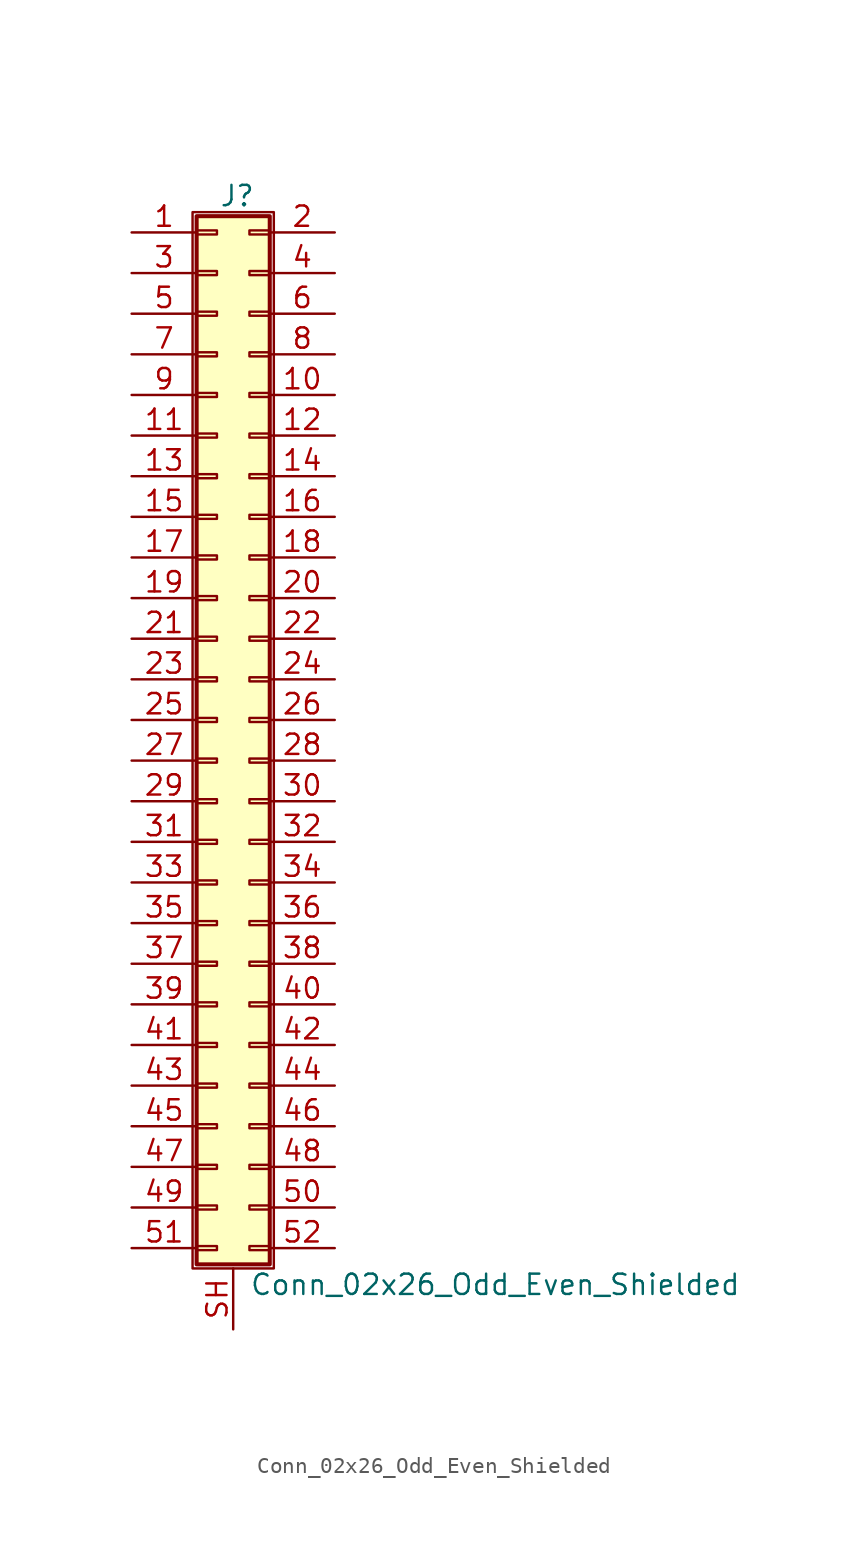
<source format=kicad_sym>
(kicad_symbol_lib
  (version 20211014)
  (generator kicad_symbol_editor)
  (symbol "Conn_02x26_Odd_Even_Shielded"
    (pin_names
      (offset 1.016) hide)
    (property "Reference" "J"
      (at 1.524 32.766 0)
      (effects (font (size 1.27 1.27))))
    (property "Value" "Conn_02x26_Odd_Even_Shielded"
      (at 2.286 -35.306 0)
      (effects (font (size 1.27 1.27)) (justify left)))
    (symbol "Conn_02x26_Odd_Even_Shielded_1_1"
      (rectangle (start -1.27 31.75) (end 3.81 -34.29) (stroke (width 0.152) (type default) (color 0 0 0 0)) (fill (type none)))
      (rectangle (start -1.016 -32.893) (end 0.254 -33.147) (stroke (width 0.152) (type default) (color 0 0 0 0)) (fill (type none)))
      (rectangle (start -1.016 -30.353) (end 0.254 -30.607) (stroke (width 0.152) (type default) (color 0 0 0 0)) (fill (type none)))
      (rectangle (start -1.016 -27.813) (end 0.254 -28.067) (stroke (width 0.152) (type default) (color 0 0 0 0)) (fill (type none)))
      (rectangle (start -1.016 -25.273) (end 0.254 -25.527) (stroke (width 0.152) (type default) (color 0 0 0 0)) (fill (type none)))
      (rectangle (start -1.016 -22.733) (end 0.254 -22.987) (stroke (width 0.152) (type default) (color 0 0 0 0)) (fill (type none)))
      (rectangle (start -1.016 -20.193) (end 0.254 -20.447) (stroke (width 0.152) (type default) (color 0 0 0 0)) (fill (type none)))
      (rectangle (start -1.016 -17.653) (end 0.254 -17.907) (stroke (width 0.152) (type default) (color 0 0 0 0)) (fill (type none)))
      (rectangle (start -1.016 -15.113) (end 0.254 -15.367) (stroke (width 0.152) (type default) (color 0 0 0 0)) (fill (type none)))
      (rectangle (start -1.016 -12.573) (end 0.254 -12.827) (stroke (width 0.152) (type default) (color 0 0 0 0)) (fill (type none)))
      (rectangle (start -1.016 -10.033) (end 0.254 -10.287) (stroke (width 0.152) (type default) (color 0 0 0 0)) (fill (type none)))
      (rectangle (start -1.016 -7.493) (end 0.254 -7.747) (stroke (width 0.152) (type default) (color 0 0 0 0)) (fill (type none)))
      (rectangle (start -1.016 -4.953) (end 0.254 -5.207) (stroke (width 0.152) (type default) (color 0 0 0 0)) (fill (type none)))
      (rectangle (start -1.016 -2.413) (end 0.254 -2.667) (stroke (width 0.152) (type default) (color 0 0 0 0)) (fill (type none)))
      (rectangle (start -1.016 0.127) (end 0.254 -0.127) (stroke (width 0.152) (type default) (color 0 0 0 0)) (fill (type none)))
      (rectangle (start -1.016 2.667) (end 0.254 2.413) (stroke (width 0.152) (type default) (color 0 0 0 0)) (fill (type none)))
      (rectangle (start -1.016 5.207) (end 0.254 4.953) (stroke (width 0.152) (type default) (color 0 0 0 0)) (fill (type none)))
      (rectangle (start -1.016 7.747) (end 0.254 7.493) (stroke (width 0.152) (type default) (color 0 0 0 0)) (fill (type none)))
      (rectangle (start -1.016 10.287) (end 0.254 10.033) (stroke (width 0.152) (type default) (color 0 0 0 0)) (fill (type none)))
      (rectangle (start -1.016 12.827) (end 0.254 12.573) (stroke (width 0.152) (type default) (color 0 0 0 0)) (fill (type none)))
      (rectangle (start -1.016 15.367) (end 0.254 15.113) (stroke (width 0.152) (type default) (color 0 0 0 0)) (fill (type none)))
      (rectangle (start -1.016 17.907) (end 0.254 17.653) (stroke (width 0.152) (type default) (color 0 0 0 0)) (fill (type none)))
      (rectangle (start -1.016 20.447) (end 0.254 20.193) (stroke (width 0.152) (type default) (color 0 0 0 0)) (fill (type none)))
      (rectangle (start -1.016 22.987) (end 0.254 22.733) (stroke (width 0.152) (type default) (color 0 0 0 0)) (fill (type none)))
      (rectangle (start -1.016 25.527) (end 0.254 25.273) (stroke (width 0.152) (type default) (color 0 0 0 0)) (fill (type none)))
      (rectangle (start -1.016 28.067) (end 0.254 27.813) (stroke (width 0.152) (type default) (color 0 0 0 0)) (fill (type none)))
      (rectangle (start -1.016 30.607) (end 0.254 30.353) (stroke (width 0.152) (type default) (color 0 0 0 0)) (fill (type none)))
      (rectangle (start -1.016 31.496) (end 3.556 -34.036) (stroke (width 0.254) (type default) (color 0 0 0 0)) (fill (type background)))
      (rectangle (start 3.556 -32.893) (end 2.286 -33.147) (stroke (width 0.152) (type default) (color 0 0 0 0)) (fill (type none)))
      (rectangle (start 3.556 -30.353) (end 2.286 -30.607) (stroke (width 0.152) (type default) (color 0 0 0 0)) (fill (type none)))
      (rectangle (start 3.556 -27.813) (end 2.286 -28.067) (stroke (width 0.152) (type default) (color 0 0 0 0)) (fill (type none)))
      (rectangle (start 3.556 -25.273) (end 2.286 -25.527) (stroke (width 0.152) (type default) (color 0 0 0 0)) (fill (type none)))
      (rectangle (start 3.556 -22.733) (end 2.286 -22.987) (stroke (width 0.152) (type default) (color 0 0 0 0)) (fill (type none)))
      (rectangle (start 3.556 -20.193) (end 2.286 -20.447) (stroke (width 0.152) (type default) (color 0 0 0 0)) (fill (type none)))
      (rectangle (start 3.556 -17.653) (end 2.286 -17.907) (stroke (width 0.152) (type default) (color 0 0 0 0)) (fill (type none)))
      (rectangle (start 3.556 -15.113) (end 2.286 -15.367) (stroke (width 0.152) (type default) (color 0 0 0 0)) (fill (type none)))
      (rectangle (start 3.556 -12.573) (end 2.286 -12.827) (stroke (width 0.152) (type default) (color 0 0 0 0)) (fill (type none)))
      (rectangle (start 3.556 -10.033) (end 2.286 -10.287) (stroke (width 0.152) (type default) (color 0 0 0 0)) (fill (type none)))
      (rectangle (start 3.556 -7.493) (end 2.286 -7.747) (stroke (width 0.152) (type default) (color 0 0 0 0)) (fill (type none)))
      (rectangle (start 3.556 -4.953) (end 2.286 -5.207) (stroke (width 0.152) (type default) (color 0 0 0 0)) (fill (type none)))
      (rectangle (start 3.556 -2.413) (end 2.286 -2.667) (stroke (width 0.152) (type default) (color 0 0 0 0)) (fill (type none)))
      (rectangle (start 3.556 0.127) (end 2.286 -0.127) (stroke (width 0.152) (type default) (color 0 0 0 0)) (fill (type none)))
      (rectangle (start 3.556 2.667) (end 2.286 2.413) (stroke (width 0.152) (type default) (color 0 0 0 0)) (fill (type none)))
      (rectangle (start 3.556 5.207) (end 2.286 4.953) (stroke (width 0.152) (type default) (color 0 0 0 0)) (fill (type none)))
      (rectangle (start 3.556 7.747) (end 2.286 7.493) (stroke (width 0.152) (type default) (color 0 0 0 0)) (fill (type none)))
      (rectangle (start 3.556 10.287) (end 2.286 10.033) (stroke (width 0.152) (type default) (color 0 0 0 0)) (fill (type none)))
      (rectangle (start 3.556 12.827) (end 2.286 12.573) (stroke (width 0.152) (type default) (color 0 0 0 0)) (fill (type none)))
      (rectangle (start 3.556 15.367) (end 2.286 15.113) (stroke (width 0.152) (type default) (color 0 0 0 0)) (fill (type none)))
      (rectangle (start 3.556 17.907) (end 2.286 17.653) (stroke (width 0.152) (type default) (color 0 0 0 0)) (fill (type none)))
      (rectangle (start 3.556 20.447) (end 2.286 20.193) (stroke (width 0.152) (type default) (color 0 0 0 0)) (fill (type none)))
      (rectangle (start 3.556 22.987) (end 2.286 22.733) (stroke (width 0.152) (type default) (color 0 0 0 0)) (fill (type none)))
      (rectangle (start 3.556 25.527) (end 2.286 25.273) (stroke (width 0.152) (type default) (color 0 0 0 0)) (fill (type none)))
      (rectangle (start 3.556 28.067) (end 2.286 27.813) (stroke (width 0.152) (type default) (color 0 0 0 0)) (fill (type none)))
      (rectangle (start 3.556 30.607) (end 2.286 30.353) (stroke (width 0.152) (type default) (color 0 0 0 0)) (fill (type none)))
      (pin passive line (at -5.08 30.48 0) (length 4.064) (name "Pin_1" (effects (font (size 1.27 1.27)))) (number "1" (effects (font (size 1.27 1.27)))))
      (pin passive line (at 7.62 20.32 180) (length 4.064) (name "Pin_10" (effects (font (size 1.27 1.27)))) (number "10" (effects (font (size 1.27 1.27)))))
      (pin passive line (at -5.08 17.78 0) (length 4.064) (name "Pin_11" (effects (font (size 1.27 1.27)))) (number "11" (effects (font (size 1.27 1.27)))))
      (pin passive line (at 7.62 17.78 180) (length 4.064) (name "Pin_12" (effects (font (size 1.27 1.27)))) (number "12" (effects (font (size 1.27 1.27)))))
      (pin passive line (at -5.08 15.24 0) (length 4.064) (name "Pin_13" (effects (font (size 1.27 1.27)))) (number "13" (effects (font (size 1.27 1.27)))))
      (pin passive line (at 7.62 15.24 180) (length 4.064) (name "Pin_14" (effects (font (size 1.27 1.27)))) (number "14" (effects (font (size 1.27 1.27)))))
      (pin passive line (at -5.08 12.7 0) (length 4.064) (name "Pin_15" (effects (font (size 1.27 1.27)))) (number "15" (effects (font (size 1.27 1.27)))))
      (pin passive line (at 7.62 12.7 180) (length 4.064) (name "Pin_16" (effects (font (size 1.27 1.27)))) (number "16" (effects (font (size 1.27 1.27)))))
      (pin passive line (at -5.08 10.16 0) (length 4.064) (name "Pin_17" (effects (font (size 1.27 1.27)))) (number "17" (effects (font (size 1.27 1.27)))))
      (pin passive line (at 7.62 10.16 180) (length 4.064) (name "Pin_18" (effects (font (size 1.27 1.27)))) (number "18" (effects (font (size 1.27 1.27)))))
      (pin passive line (at -5.08 7.62 0) (length 4.064) (name "Pin_19" (effects (font (size 1.27 1.27)))) (number "19" (effects (font (size 1.27 1.27)))))
      (pin passive line (at 7.62 30.48 180) (length 4.064) (name "Pin_2" (effects (font (size 1.27 1.27)))) (number "2" (effects (font (size 1.27 1.27)))))
      (pin passive line (at 7.62 7.62 180) (length 4.064) (name "Pin_20" (effects (font (size 1.27 1.27)))) (number "20" (effects (font (size 1.27 1.27)))))
      (pin passive line (at -5.08 5.08 0) (length 4.064) (name "Pin_21" (effects (font (size 1.27 1.27)))) (number "21" (effects (font (size 1.27 1.27)))))
      (pin passive line (at 7.62 5.08 180) (length 4.064) (name "Pin_22" (effects (font (size 1.27 1.27)))) (number "22" (effects (font (size 1.27 1.27)))))
      (pin passive line (at -5.08 2.54 0) (length 4.064) (name "Pin_23" (effects (font (size 1.27 1.27)))) (number "23" (effects (font (size 1.27 1.27)))))
      (pin passive line (at 7.62 2.54 180) (length 4.064) (name "Pin_24" (effects (font (size 1.27 1.27)))) (number "24" (effects (font (size 1.27 1.27)))))
      (pin passive line (at -5.08 0 0) (length 4.064) (name "Pin_25" (effects (font (size 1.27 1.27)))) (number "25" (effects (font (size 1.27 1.27)))))
      (pin passive line (at 7.62 0 180) (length 4.064) (name "Pin_26" (effects (font (size 1.27 1.27)))) (number "26" (effects (font (size 1.27 1.27)))))
      (pin passive line (at -5.08 -2.54 0) (length 4.064) (name "Pin_27" (effects (font (size 1.27 1.27)))) (number "27" (effects (font (size 1.27 1.27)))))
      (pin passive line (at 7.62 -2.54 180) (length 4.064) (name "Pin_28" (effects (font (size 1.27 1.27)))) (number "28" (effects (font (size 1.27 1.27)))))
      (pin passive line (at -5.08 -5.08 0) (length 4.064) (name "Pin_29" (effects (font (size 1.27 1.27)))) (number "29" (effects (font (size 1.27 1.27)))))
      (pin passive line (at -5.08 27.94 0) (length 4.064) (name "Pin_3" (effects (font (size 1.27 1.27)))) (number "3" (effects (font (size 1.27 1.27)))))
      (pin passive line (at 7.62 -5.08 180) (length 4.064) (name "Pin_30" (effects (font (size 1.27 1.27)))) (number "30" (effects (font (size 1.27 1.27)))))
      (pin passive line (at -5.08 -7.62 0) (length 4.064) (name "Pin_31" (effects (font (size 1.27 1.27)))) (number "31" (effects (font (size 1.27 1.27)))))
      (pin passive line (at 7.62 -7.62 180) (length 4.064) (name "Pin_32" (effects (font (size 1.27 1.27)))) (number "32" (effects (font (size 1.27 1.27)))))
      (pin passive line (at -5.08 -10.16 0) (length 4.064) (name "Pin_33" (effects (font (size 1.27 1.27)))) (number "33" (effects (font (size 1.27 1.27)))))
      (pin passive line (at 7.62 -10.16 180) (length 4.064) (name "Pin_34" (effects (font (size 1.27 1.27)))) (number "34" (effects (font (size 1.27 1.27)))))
      (pin passive line (at -5.08 -12.7 0) (length 4.064) (name "Pin_35" (effects (font (size 1.27 1.27)))) (number "35" (effects (font (size 1.27 1.27)))))
      (pin passive line (at 7.62 -12.7 180) (length 4.064) (name "Pin_36" (effects (font (size 1.27 1.27)))) (number "36" (effects (font (size 1.27 1.27)))))
      (pin passive line (at -5.08 -15.24 0) (length 4.064) (name "Pin_37" (effects (font (size 1.27 1.27)))) (number "37" (effects (font (size 1.27 1.27)))))
      (pin passive line (at 7.62 -15.24 180) (length 4.064) (name "Pin_38" (effects (font (size 1.27 1.27)))) (number "38" (effects (font (size 1.27 1.27)))))
      (pin passive line (at -5.08 -17.78 0) (length 4.064) (name "Pin_39" (effects (font (size 1.27 1.27)))) (number "39" (effects (font (size 1.27 1.27)))))
      (pin passive line (at 7.62 27.94 180) (length 4.064) (name "Pin_4" (effects (font (size 1.27 1.27)))) (number "4" (effects (font (size 1.27 1.27)))))
      (pin passive line (at 7.62 -17.78 180) (length 4.064) (name "Pin_40" (effects (font (size 1.27 1.27)))) (number "40" (effects (font (size 1.27 1.27)))))
      (pin passive line (at -5.08 -20.32 0) (length 4.064) (name "Pin_41" (effects (font (size 1.27 1.27)))) (number "41" (effects (font (size 1.27 1.27)))))
      (pin passive line (at 7.62 -20.32 180) (length 4.064) (name "Pin_42" (effects (font (size 1.27 1.27)))) (number "42" (effects (font (size 1.27 1.27)))))
      (pin passive line (at -5.08 -22.86 0) (length 4.064) (name "Pin_43" (effects (font (size 1.27 1.27)))) (number "43" (effects (font (size 1.27 1.27)))))
      (pin passive line (at 7.62 -22.86 180) (length 4.064) (name "Pin_44" (effects (font (size 1.27 1.27)))) (number "44" (effects (font (size 1.27 1.27)))))
      (pin passive line (at -5.08 -25.4 0) (length 4.064) (name "Pin_45" (effects (font (size 1.27 1.27)))) (number "45" (effects (font (size 1.27 1.27)))))
      (pin passive line (at 7.62 -25.4 180) (length 4.064) (name "Pin_46" (effects (font (size 1.27 1.27)))) (number "46" (effects (font (size 1.27 1.27)))))
      (pin passive line (at -5.08 -27.94 0) (length 4.064) (name "Pin_47" (effects (font (size 1.27 1.27)))) (number "47" (effects (font (size 1.27 1.27)))))
      (pin passive line (at 7.62 -27.94 180) (length 4.064) (name "Pin_48" (effects (font (size 1.27 1.27)))) (number "48" (effects (font (size 1.27 1.27)))))
      (pin passive line (at -5.08 -30.48 0) (length 4.064) (name "Pin_49" (effects (font (size 1.27 1.27)))) (number "49" (effects (font (size 1.27 1.27)))))
      (pin passive line (at -5.08 25.4 0) (length 4.064) (name "Pin_5" (effects (font (size 1.27 1.27)))) (number "5" (effects (font (size 1.27 1.27)))))
      (pin passive line (at 7.62 -30.48 180) (length 4.064) (name "Pin_50" (effects (font (size 1.27 1.27)))) (number "50" (effects (font (size 1.27 1.27)))))
      (pin passive line (at -5.08 -33.02 0) (length 4.064) (name "Pin_51" (effects (font (size 1.27 1.27)))) (number "51" (effects (font (size 1.27 1.27)))))
      (pin passive line (at 7.62 -33.02 180) (length 4.064) (name "Pin_52" (effects (font (size 1.27 1.27)))) (number "52" (effects (font (size 1.27 1.27)))))
      (pin passive line (at 7.62 25.4 180) (length 4.064) (name "Pin_6" (effects (font (size 1.27 1.27)))) (number "6" (effects (font (size 1.27 1.27)))))
      (pin passive line (at -5.08 22.86 0) (length 4.064) (name "Pin_7" (effects (font (size 1.27 1.27)))) (number "7" (effects (font (size 1.27 1.27)))))
      (pin passive line (at 7.62 22.86 180) (length 4.064) (name "Pin_8" (effects (font (size 1.27 1.27)))) (number "8" (effects (font (size 1.27 1.27)))))
      (pin passive line (at -5.08 20.32 0) (length 4.064) (name "Pin_9" (effects (font (size 1.27 1.27)))) (number "9" (effects (font (size 1.27 1.27)))))
      (pin passive line (at 1.27 -38.1 90) (length 3.81) (name "Shield" (effects (font (size 1.27 1.27)))) (number "SH" (effects (font (size 1.27 1.27))))))))
</source>
